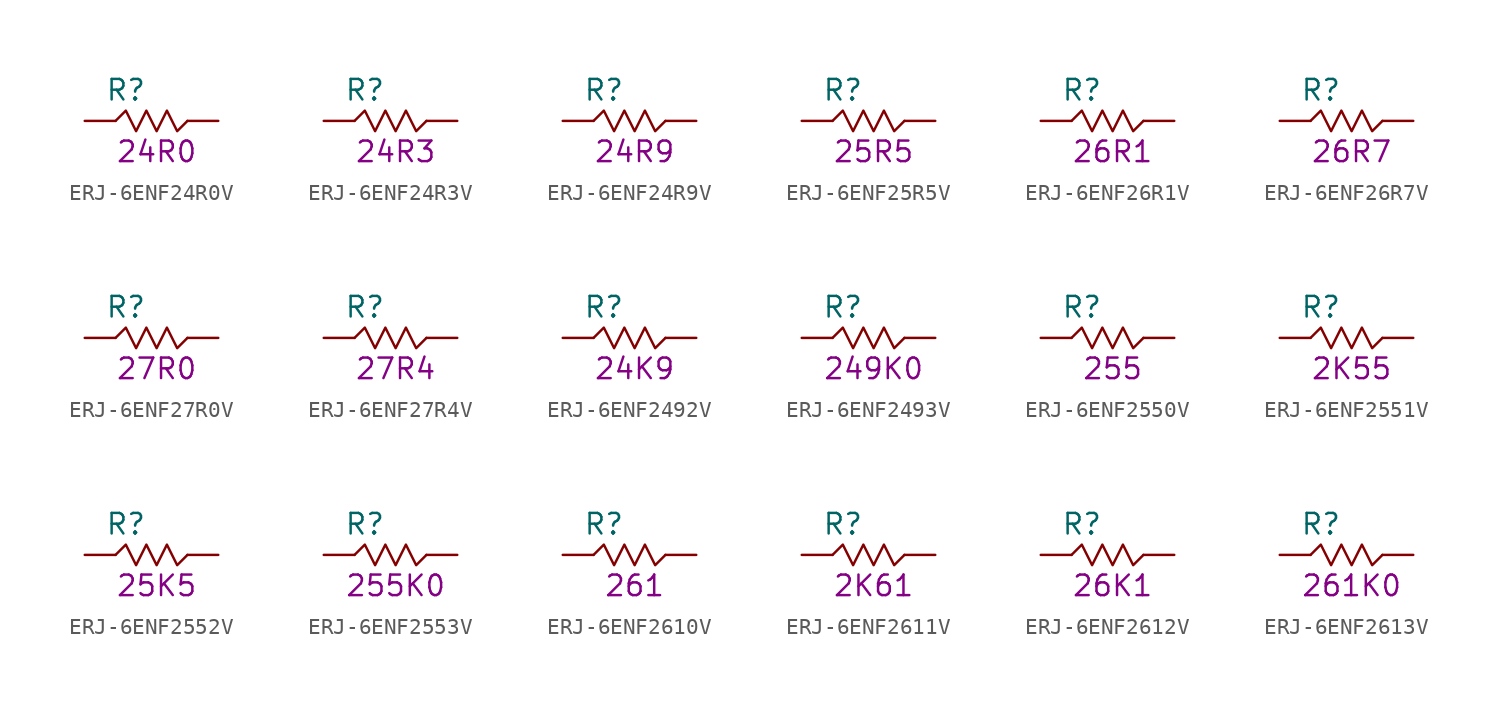
<source format=kicad_sym>
(kicad_symbol_lib
  (version 20211014)
  (generator KiCadLib_py)
  (symbol "ERJ-6ENF24R0V"
    (pin_numbers hide)
    (pin_names hide)
    (property "Reference" "R"
      (at -1.905 1.905 0)
      (effects (font (size 1.27 1.27))))
    (property "Val" "24R0"
      (at 0 -1.905 0)
      (effects (font (size 1.27 1.27))))
    (symbol "ERJ-6ENF24R0V_0_1"
      (polyline (pts (xy -2.54 0) (xy -1.905 0.635) (xy -1.27 -0.635) (xy -0.635 0.635) (xy 0 -0.635) (xy 0.635 0.635) (xy 1.27 -0.635) (xy 1.905 0)) (stroke (width 0) (type default) (color 0 0 0 0)) (fill (type none))))
    (symbol "ERJ-6ENF24R0V_1_1"
      (pin passive line (at -4.445 0 0) (length 1.905) (name "~" (effects (font (size 1.27 1.27)))) (number "1" (effects (font (size 1.27 1.27)))))
      (pin passive line (at 3.81 0 180) (length 1.905) (name "~" (effects (font (size 1.27 1.27)))) (number "2" (effects (font (size 1.27 1.27)))))))
  (symbol "ERJ-6ENF24R3V"
    (pin_numbers hide)
    (pin_names hide)
    (property "Reference" "R"
      (at -1.905 1.905 0)
      (effects (font (size 1.27 1.27))))
    (property "Val" "24R3"
      (at 0 -1.905 0)
      (effects (font (size 1.27 1.27))))
    (symbol "ERJ-6ENF24R3V_0_1"
      (polyline (pts (xy -2.54 0) (xy -1.905 0.635) (xy -1.27 -0.635) (xy -0.635 0.635) (xy 0 -0.635) (xy 0.635 0.635) (xy 1.27 -0.635) (xy 1.905 0)) (stroke (width 0) (type default) (color 0 0 0 0)) (fill (type none))))
    (symbol "ERJ-6ENF24R3V_1_1"
      (pin passive line (at -4.445 0 0) (length 1.905) (name "~" (effects (font (size 1.27 1.27)))) (number "1" (effects (font (size 1.27 1.27)))))
      (pin passive line (at 3.81 0 180) (length 1.905) (name "~" (effects (font (size 1.27 1.27)))) (number "2" (effects (font (size 1.27 1.27)))))))
  (symbol "ERJ-6ENF24R9V"
    (pin_numbers hide)
    (pin_names hide)
    (property "Reference" "R"
      (at -1.905 1.905 0)
      (effects (font (size 1.27 1.27))))
    (property "Val" "24R9"
      (at 0 -1.905 0)
      (effects (font (size 1.27 1.27))))
    (symbol "ERJ-6ENF24R9V_0_1"
      (polyline (pts (xy -2.54 0) (xy -1.905 0.635) (xy -1.27 -0.635) (xy -0.635 0.635) (xy 0 -0.635) (xy 0.635 0.635) (xy 1.27 -0.635) (xy 1.905 0)) (stroke (width 0) (type default) (color 0 0 0 0)) (fill (type none))))
    (symbol "ERJ-6ENF24R9V_1_1"
      (pin passive line (at -4.445 0 0) (length 1.905) (name "~" (effects (font (size 1.27 1.27)))) (number "1" (effects (font (size 1.27 1.27)))))
      (pin passive line (at 3.81 0 180) (length 1.905) (name "~" (effects (font (size 1.27 1.27)))) (number "2" (effects (font (size 1.27 1.27)))))))
  (symbol "ERJ-6ENF25R5V"
    (pin_numbers hide)
    (pin_names hide)
    (property "Reference" "R"
      (at -1.905 1.905 0)
      (effects (font (size 1.27 1.27))))
    (property "Val" "25R5"
      (at 0 -1.905 0)
      (effects (font (size 1.27 1.27))))
    (symbol "ERJ-6ENF25R5V_0_1"
      (polyline (pts (xy -2.54 0) (xy -1.905 0.635) (xy -1.27 -0.635) (xy -0.635 0.635) (xy 0 -0.635) (xy 0.635 0.635) (xy 1.27 -0.635) (xy 1.905 0)) (stroke (width 0) (type default) (color 0 0 0 0)) (fill (type none))))
    (symbol "ERJ-6ENF25R5V_1_1"
      (pin passive line (at -4.445 0 0) (length 1.905) (name "~" (effects (font (size 1.27 1.27)))) (number "1" (effects (font (size 1.27 1.27)))))
      (pin passive line (at 3.81 0 180) (length 1.905) (name "~" (effects (font (size 1.27 1.27)))) (number "2" (effects (font (size 1.27 1.27)))))))
  (symbol "ERJ-6ENF26R1V"
    (pin_numbers hide)
    (pin_names hide)
    (property "Reference" "R"
      (at -1.905 1.905 0)
      (effects (font (size 1.27 1.27))))
    (property "Val" "26R1"
      (at 0 -1.905 0)
      (effects (font (size 1.27 1.27))))
    (symbol "ERJ-6ENF26R1V_0_1"
      (polyline (pts (xy -2.54 0) (xy -1.905 0.635) (xy -1.27 -0.635) (xy -0.635 0.635) (xy 0 -0.635) (xy 0.635 0.635) (xy 1.27 -0.635) (xy 1.905 0)) (stroke (width 0) (type default) (color 0 0 0 0)) (fill (type none))))
    (symbol "ERJ-6ENF26R1V_1_1"
      (pin passive line (at -4.445 0 0) (length 1.905) (name "~" (effects (font (size 1.27 1.27)))) (number "1" (effects (font (size 1.27 1.27)))))
      (pin passive line (at 3.81 0 180) (length 1.905) (name "~" (effects (font (size 1.27 1.27)))) (number "2" (effects (font (size 1.27 1.27)))))))
  (symbol "ERJ-6ENF26R7V"
    (pin_numbers hide)
    (pin_names hide)
    (property "Reference" "R"
      (at -1.905 1.905 0)
      (effects (font (size 1.27 1.27))))
    (property "Val" "26R7"
      (at 0 -1.905 0)
      (effects (font (size 1.27 1.27))))
    (symbol "ERJ-6ENF26R7V_0_1"
      (polyline (pts (xy -2.54 0) (xy -1.905 0.635) (xy -1.27 -0.635) (xy -0.635 0.635) (xy 0 -0.635) (xy 0.635 0.635) (xy 1.27 -0.635) (xy 1.905 0)) (stroke (width 0) (type default) (color 0 0 0 0)) (fill (type none))))
    (symbol "ERJ-6ENF26R7V_1_1"
      (pin passive line (at -4.445 0 0) (length 1.905) (name "~" (effects (font (size 1.27 1.27)))) (number "1" (effects (font (size 1.27 1.27)))))
      (pin passive line (at 3.81 0 180) (length 1.905) (name "~" (effects (font (size 1.27 1.27)))) (number "2" (effects (font (size 1.27 1.27)))))))
  (symbol "ERJ-6ENF27R0V"
    (pin_numbers hide)
    (pin_names hide)
    (property "Reference" "R"
      (at -1.905 1.905 0)
      (effects (font (size 1.27 1.27))))
    (property "Val" "27R0"
      (at 0 -1.905 0)
      (effects (font (size 1.27 1.27))))
    (symbol "ERJ-6ENF27R0V_0_1"
      (polyline (pts (xy -2.54 0) (xy -1.905 0.635) (xy -1.27 -0.635) (xy -0.635 0.635) (xy 0 -0.635) (xy 0.635 0.635) (xy 1.27 -0.635) (xy 1.905 0)) (stroke (width 0) (type default) (color 0 0 0 0)) (fill (type none))))
    (symbol "ERJ-6ENF27R0V_1_1"
      (pin passive line (at -4.445 0 0) (length 1.905) (name "~" (effects (font (size 1.27 1.27)))) (number "1" (effects (font (size 1.27 1.27)))))
      (pin passive line (at 3.81 0 180) (length 1.905) (name "~" (effects (font (size 1.27 1.27)))) (number "2" (effects (font (size 1.27 1.27)))))))
  (symbol "ERJ-6ENF27R4V"
    (pin_numbers hide)
    (pin_names hide)
    (property "Reference" "R"
      (at -1.905 1.905 0)
      (effects (font (size 1.27 1.27))))
    (property "Val" "27R4"
      (at 0 -1.905 0)
      (effects (font (size 1.27 1.27))))
    (symbol "ERJ-6ENF27R4V_0_1"
      (polyline (pts (xy -2.54 0) (xy -1.905 0.635) (xy -1.27 -0.635) (xy -0.635 0.635) (xy 0 -0.635) (xy 0.635 0.635) (xy 1.27 -0.635) (xy 1.905 0)) (stroke (width 0) (type default) (color 0 0 0 0)) (fill (type none))))
    (symbol "ERJ-6ENF27R4V_1_1"
      (pin passive line (at -4.445 0 0) (length 1.905) (name "~" (effects (font (size 1.27 1.27)))) (number "1" (effects (font (size 1.27 1.27)))))
      (pin passive line (at 3.81 0 180) (length 1.905) (name "~" (effects (font (size 1.27 1.27)))) (number "2" (effects (font (size 1.27 1.27)))))))
  (symbol "ERJ-6ENF2492V"
    (pin_numbers hide)
    (pin_names hide)
    (property "Reference" "R"
      (at -1.905 1.905 0)
      (effects (font (size 1.27 1.27))))
    (property "Val" "24K9"
      (at 0 -1.905 0)
      (effects (font (size 1.27 1.27))))
    (symbol "ERJ-6ENF2492V_0_1"
      (polyline (pts (xy -2.54 0) (xy -1.905 0.635) (xy -1.27 -0.635) (xy -0.635 0.635) (xy 0 -0.635) (xy 0.635 0.635) (xy 1.27 -0.635) (xy 1.905 0)) (stroke (width 0) (type default) (color 0 0 0 0)) (fill (type none))))
    (symbol "ERJ-6ENF2492V_1_1"
      (pin passive line (at -4.445 0 0) (length 1.905) (name "~" (effects (font (size 1.27 1.27)))) (number "1" (effects (font (size 1.27 1.27)))))
      (pin passive line (at 3.81 0 180) (length 1.905) (name "~" (effects (font (size 1.27 1.27)))) (number "2" (effects (font (size 1.27 1.27)))))))
  (symbol "ERJ-6ENF2493V"
    (pin_numbers hide)
    (pin_names hide)
    (property "Reference" "R"
      (at -1.905 1.905 0)
      (effects (font (size 1.27 1.27))))
    (property "Val" "249K0"
      (at 0 -1.905 0)
      (effects (font (size 1.27 1.27))))
    (symbol "ERJ-6ENF2493V_0_1"
      (polyline (pts (xy -2.54 0) (xy -1.905 0.635) (xy -1.27 -0.635) (xy -0.635 0.635) (xy 0 -0.635) (xy 0.635 0.635) (xy 1.27 -0.635) (xy 1.905 0)) (stroke (width 0) (type default) (color 0 0 0 0)) (fill (type none))))
    (symbol "ERJ-6ENF2493V_1_1"
      (pin passive line (at -4.445 0 0) (length 1.905) (name "~" (effects (font (size 1.27 1.27)))) (number "1" (effects (font (size 1.27 1.27)))))
      (pin passive line (at 3.81 0 180) (length 1.905) (name "~" (effects (font (size 1.27 1.27)))) (number "2" (effects (font (size 1.27 1.27)))))))
  (symbol "ERJ-6ENF2550V"
    (pin_numbers hide)
    (pin_names hide)
    (property "Reference" "R"
      (at -1.905 1.905 0)
      (effects (font (size 1.27 1.27))))
    (property "Val" "255"
      (at 0 -1.905 0)
      (effects (font (size 1.27 1.27))))
    (symbol "ERJ-6ENF2550V_0_1"
      (polyline (pts (xy -2.54 0) (xy -1.905 0.635) (xy -1.27 -0.635) (xy -0.635 0.635) (xy 0 -0.635) (xy 0.635 0.635) (xy 1.27 -0.635) (xy 1.905 0)) (stroke (width 0) (type default) (color 0 0 0 0)) (fill (type none))))
    (symbol "ERJ-6ENF2550V_1_1"
      (pin passive line (at -4.445 0 0) (length 1.905) (name "~" (effects (font (size 1.27 1.27)))) (number "1" (effects (font (size 1.27 1.27)))))
      (pin passive line (at 3.81 0 180) (length 1.905) (name "~" (effects (font (size 1.27 1.27)))) (number "2" (effects (font (size 1.27 1.27)))))))
  (symbol "ERJ-6ENF2551V"
    (pin_numbers hide)
    (pin_names hide)
    (property "Reference" "R"
      (at -1.905 1.905 0)
      (effects (font (size 1.27 1.27))))
    (property "Val" "2K55"
      (at 0 -1.905 0)
      (effects (font (size 1.27 1.27))))
    (symbol "ERJ-6ENF2551V_0_1"
      (polyline (pts (xy -2.54 0) (xy -1.905 0.635) (xy -1.27 -0.635) (xy -0.635 0.635) (xy 0 -0.635) (xy 0.635 0.635) (xy 1.27 -0.635) (xy 1.905 0)) (stroke (width 0) (type default) (color 0 0 0 0)) (fill (type none))))
    (symbol "ERJ-6ENF2551V_1_1"
      (pin passive line (at -4.445 0 0) (length 1.905) (name "~" (effects (font (size 1.27 1.27)))) (number "1" (effects (font (size 1.27 1.27)))))
      (pin passive line (at 3.81 0 180) (length 1.905) (name "~" (effects (font (size 1.27 1.27)))) (number "2" (effects (font (size 1.27 1.27)))))))
  (symbol "ERJ-6ENF2552V"
    (pin_numbers hide)
    (pin_names hide)
    (property "Reference" "R"
      (at -1.905 1.905 0)
      (effects (font (size 1.27 1.27))))
    (property "Val" "25K5"
      (at 0 -1.905 0)
      (effects (font (size 1.27 1.27))))
    (symbol "ERJ-6ENF2552V_0_1"
      (polyline (pts (xy -2.54 0) (xy -1.905 0.635) (xy -1.27 -0.635) (xy -0.635 0.635) (xy 0 -0.635) (xy 0.635 0.635) (xy 1.27 -0.635) (xy 1.905 0)) (stroke (width 0) (type default) (color 0 0 0 0)) (fill (type none))))
    (symbol "ERJ-6ENF2552V_1_1"
      (pin passive line (at -4.445 0 0) (length 1.905) (name "~" (effects (font (size 1.27 1.27)))) (number "1" (effects (font (size 1.27 1.27)))))
      (pin passive line (at 3.81 0 180) (length 1.905) (name "~" (effects (font (size 1.27 1.27)))) (number "2" (effects (font (size 1.27 1.27)))))))
  (symbol "ERJ-6ENF2553V"
    (pin_numbers hide)
    (pin_names hide)
    (property "Reference" "R"
      (at -1.905 1.905 0)
      (effects (font (size 1.27 1.27))))
    (property "Val" "255K0"
      (at 0 -1.905 0)
      (effects (font (size 1.27 1.27))))
    (symbol "ERJ-6ENF2553V_0_1"
      (polyline (pts (xy -2.54 0) (xy -1.905 0.635) (xy -1.27 -0.635) (xy -0.635 0.635) (xy 0 -0.635) (xy 0.635 0.635) (xy 1.27 -0.635) (xy 1.905 0)) (stroke (width 0) (type default) (color 0 0 0 0)) (fill (type none))))
    (symbol "ERJ-6ENF2553V_1_1"
      (pin passive line (at -4.445 0 0) (length 1.905) (name "~" (effects (font (size 1.27 1.27)))) (number "1" (effects (font (size 1.27 1.27)))))
      (pin passive line (at 3.81 0 180) (length 1.905) (name "~" (effects (font (size 1.27 1.27)))) (number "2" (effects (font (size 1.27 1.27)))))))
  (symbol "ERJ-6ENF2610V"
    (pin_numbers hide)
    (pin_names hide)
    (property "Reference" "R"
      (at -1.905 1.905 0)
      (effects (font (size 1.27 1.27))))
    (property "Val" "261"
      (at 0 -1.905 0)
      (effects (font (size 1.27 1.27))))
    (symbol "ERJ-6ENF2610V_0_1"
      (polyline (pts (xy -2.54 0) (xy -1.905 0.635) (xy -1.27 -0.635) (xy -0.635 0.635) (xy 0 -0.635) (xy 0.635 0.635) (xy 1.27 -0.635) (xy 1.905 0)) (stroke (width 0) (type default) (color 0 0 0 0)) (fill (type none))))
    (symbol "ERJ-6ENF2610V_1_1"
      (pin passive line (at -4.445 0 0) (length 1.905) (name "~" (effects (font (size 1.27 1.27)))) (number "1" (effects (font (size 1.27 1.27)))))
      (pin passive line (at 3.81 0 180) (length 1.905) (name "~" (effects (font (size 1.27 1.27)))) (number "2" (effects (font (size 1.27 1.27)))))))
  (symbol "ERJ-6ENF2611V"
    (pin_numbers hide)
    (pin_names hide)
    (property "Reference" "R"
      (at -1.905 1.905 0)
      (effects (font (size 1.27 1.27))))
    (property "Val" "2K61"
      (at 0 -1.905 0)
      (effects (font (size 1.27 1.27))))
    (symbol "ERJ-6ENF2611V_0_1"
      (polyline (pts (xy -2.54 0) (xy -1.905 0.635) (xy -1.27 -0.635) (xy -0.635 0.635) (xy 0 -0.635) (xy 0.635 0.635) (xy 1.27 -0.635) (xy 1.905 0)) (stroke (width 0) (type default) (color 0 0 0 0)) (fill (type none))))
    (symbol "ERJ-6ENF2611V_1_1"
      (pin passive line (at -4.445 0 0) (length 1.905) (name "~" (effects (font (size 1.27 1.27)))) (number "1" (effects (font (size 1.27 1.27)))))
      (pin passive line (at 3.81 0 180) (length 1.905) (name "~" (effects (font (size 1.27 1.27)))) (number "2" (effects (font (size 1.27 1.27)))))))
  (symbol "ERJ-6ENF2612V"
    (pin_numbers hide)
    (pin_names hide)
    (property "Reference" "R"
      (at -1.905 1.905 0)
      (effects (font (size 1.27 1.27))))
    (property "Val" "26K1"
      (at 0 -1.905 0)
      (effects (font (size 1.27 1.27))))
    (symbol "ERJ-6ENF2612V_0_1"
      (polyline (pts (xy -2.54 0) (xy -1.905 0.635) (xy -1.27 -0.635) (xy -0.635 0.635) (xy 0 -0.635) (xy 0.635 0.635) (xy 1.27 -0.635) (xy 1.905 0)) (stroke (width 0) (type default) (color 0 0 0 0)) (fill (type none))))
    (symbol "ERJ-6ENF2612V_1_1"
      (pin passive line (at -4.445 0 0) (length 1.905) (name "~" (effects (font (size 1.27 1.27)))) (number "1" (effects (font (size 1.27 1.27)))))
      (pin passive line (at 3.81 0 180) (length 1.905) (name "~" (effects (font (size 1.27 1.27)))) (number "2" (effects (font (size 1.27 1.27)))))))
  (symbol "ERJ-6ENF2613V"
    (pin_numbers hide)
    (pin_names hide)
    (property "Reference" "R"
      (at -1.905 1.905 0)
      (effects (font (size 1.27 1.27))))
    (property "Val" "261K0"
      (at 0 -1.905 0)
      (effects (font (size 1.27 1.27))))
    (symbol "ERJ-6ENF2613V_0_1"
      (polyline (pts (xy -2.54 0) (xy -1.905 0.635) (xy -1.27 -0.635) (xy -0.635 0.635) (xy 0 -0.635) (xy 0.635 0.635) (xy 1.27 -0.635) (xy 1.905 0)) (stroke (width 0) (type default) (color 0 0 0 0)) (fill (type none))))
    (symbol "ERJ-6ENF2613V_1_1"
      (pin passive line (at -4.445 0 0) (length 1.905) (name "~" (effects (font (size 1.27 1.27)))) (number "1" (effects (font (size 1.27 1.27)))))
      (pin passive line (at 3.81 0 180) (length 1.905) (name "~" (effects (font (size 1.27 1.27)))) (number "2" (effects (font (size 1.27 1.27))))))))
</source>
